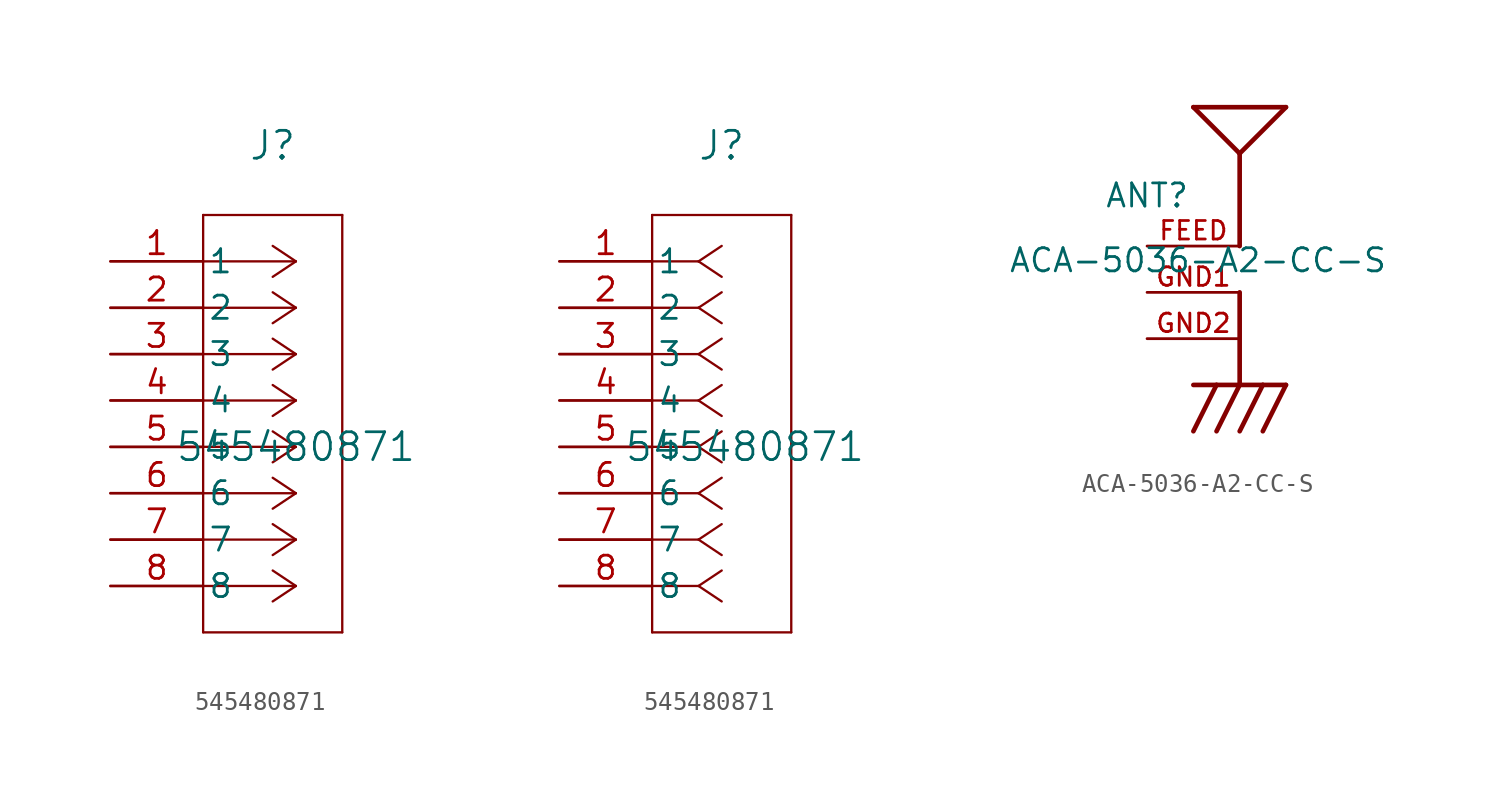
<source format=kicad_sym>
(kicad_symbol_lib
  (version 20231120)
  (generator "kicad_symbol_editor")
  (generator_version "8.0")
  (symbol "545480871"
    (pin_names
      (offset 0.254))
    (property "Reference" "J"
      (at -1.27 16.51 0)
      (effects (font (size 1.524 1.524))))
    (property "Value" "545480871"
      (at 0 0 0)
      (effects (font (size 1.524 1.524))))
    (symbol "545480871_1_1"
      (polyline (pts (xy -5.08 -10.16) (xy 2.54 -10.16)) (stroke (width 0.127) (type default)) (fill (type none)))
      (polyline (pts (xy -5.08 12.7) (xy -5.08 -10.16)) (stroke (width 0.127) (type default)) (fill (type none)))
      (polyline (pts (xy 0 -7.62) (xy -5.08 -7.62)) (stroke (width 0.127) (type default)) (fill (type none)))
      (polyline (pts (xy 0 -7.62) (xy -1.27 -8.467)) (stroke (width 0.127) (type default)) (fill (type none)))
      (polyline (pts (xy 0 -7.62) (xy -1.27 -6.773)) (stroke (width 0.127) (type default)) (fill (type none)))
      (polyline (pts (xy 0 -5.08) (xy -5.08 -5.08)) (stroke (width 0.127) (type default)) (fill (type none)))
      (polyline (pts (xy 0 -5.08) (xy -1.27 -5.927)) (stroke (width 0.127) (type default)) (fill (type none)))
      (polyline (pts (xy 0 -5.08) (xy -1.27 -4.233)) (stroke (width 0.127) (type default)) (fill (type none)))
      (polyline (pts (xy 0 -2.54) (xy -5.08 -2.54)) (stroke (width 0.127) (type default)) (fill (type none)))
      (polyline (pts (xy 0 -2.54) (xy -1.27 -3.387)) (stroke (width 0.127) (type default)) (fill (type none)))
      (polyline (pts (xy 0 -2.54) (xy -1.27 -1.693)) (stroke (width 0.127) (type default)) (fill (type none)))
      (polyline (pts (xy 0 0) (xy -5.08 0)) (stroke (width 0.127) (type default)) (fill (type none)))
      (polyline (pts (xy 0 0) (xy -1.27 -0.847)) (stroke (width 0.127) (type default)) (fill (type none)))
      (polyline (pts (xy 0 0) (xy -1.27 0.847)) (stroke (width 0.127) (type default)) (fill (type none)))
      (polyline (pts (xy 0 2.54) (xy -5.08 2.54)) (stroke (width 0.127) (type default)) (fill (type none)))
      (polyline (pts (xy 0 2.54) (xy -1.27 1.693)) (stroke (width 0.127) (type default)) (fill (type none)))
      (polyline (pts (xy 0 2.54) (xy -1.27 3.387)) (stroke (width 0.127) (type default)) (fill (type none)))
      (polyline (pts (xy 0 5.08) (xy -5.08 5.08)) (stroke (width 0.127) (type default)) (fill (type none)))
      (polyline (pts (xy 0 5.08) (xy -1.27 4.233)) (stroke (width 0.127) (type default)) (fill (type none)))
      (polyline (pts (xy 0 5.08) (xy -1.27 5.927)) (stroke (width 0.127) (type default)) (fill (type none)))
      (polyline (pts (xy 0 7.62) (xy -5.08 7.62)) (stroke (width 0.127) (type default)) (fill (type none)))
      (polyline (pts (xy 0 7.62) (xy -1.27 6.773)) (stroke (width 0.127) (type default)) (fill (type none)))
      (polyline (pts (xy 0 7.62) (xy -1.27 8.467)) (stroke (width 0.127) (type default)) (fill (type none)))
      (polyline (pts (xy 0 10.16) (xy -5.08 10.16)) (stroke (width 0.127) (type default)) (fill (type none)))
      (polyline (pts (xy 0 10.16) (xy -1.27 9.313)) (stroke (width 0.127) (type default)) (fill (type none)))
      (polyline (pts (xy 0 10.16) (xy -1.27 11.007)) (stroke (width 0.127) (type default)) (fill (type none)))
      (polyline (pts (xy 2.54 -10.16) (xy 2.54 12.7)) (stroke (width 0.127) (type default)) (fill (type none)))
      (polyline (pts (xy 2.54 12.7) (xy -5.08 12.7)) (stroke (width 0.127) (type default)) (fill (type none)))
      (pin unspecified line (at -10.16 10.16 0) (length 5.08) (name "1" (effects (font (size 1.27 1.27)))) (number "1" (effects (font (size 1.27 1.27)))))
      (pin unspecified line (at -10.16 7.62 0) (length 5.08) (name "2" (effects (font (size 1.27 1.27)))) (number "2" (effects (font (size 1.27 1.27)))))
      (pin unspecified line (at -10.16 5.08 0) (length 5.08) (name "3" (effects (font (size 1.27 1.27)))) (number "3" (effects (font (size 1.27 1.27)))))
      (pin unspecified line (at -10.16 2.54 0) (length 5.08) (name "4" (effects (font (size 1.27 1.27)))) (number "4" (effects (font (size 1.27 1.27)))))
      (pin unspecified line (at -10.16 0 0) (length 5.08) (name "5" (effects (font (size 1.27 1.27)))) (number "5" (effects (font (size 1.27 1.27)))))
      (pin unspecified line (at -10.16 -2.54 0) (length 5.08) (name "6" (effects (font (size 1.27 1.27)))) (number "6" (effects (font (size 1.27 1.27)))))
      (pin unspecified line (at -10.16 -5.08 0) (length 5.08) (name "7" (effects (font (size 1.27 1.27)))) (number "7" (effects (font (size 1.27 1.27)))))
      (pin unspecified line (at -10.16 -7.62 0) (length 5.08) (name "8" (effects (font (size 1.27 1.27)))) (number "8" (effects (font (size 1.27 1.27))))))
    (symbol "545480871_1_2"
      (polyline (pts (xy -5.08 -10.16) (xy 2.54 -10.16)) (stroke (width 0.127) (type default)) (fill (type none)))
      (polyline (pts (xy -5.08 12.7) (xy -5.08 -10.16)) (stroke (width 0.127) (type default)) (fill (type none)))
      (polyline (pts (xy -2.54 -7.62) (xy -5.08 -7.62)) (stroke (width 0.127) (type default)) (fill (type none)))
      (polyline (pts (xy -2.54 -7.62) (xy -1.27 -8.467)) (stroke (width 0.127) (type default)) (fill (type none)))
      (polyline (pts (xy -2.54 -7.62) (xy -1.27 -6.773)) (stroke (width 0.127) (type default)) (fill (type none)))
      (polyline (pts (xy -2.54 -5.08) (xy -5.08 -5.08)) (stroke (width 0.127) (type default)) (fill (type none)))
      (polyline (pts (xy -2.54 -5.08) (xy -1.27 -5.927)) (stroke (width 0.127) (type default)) (fill (type none)))
      (polyline (pts (xy -2.54 -5.08) (xy -1.27 -4.233)) (stroke (width 0.127) (type default)) (fill (type none)))
      (polyline (pts (xy -2.54 -2.54) (xy -5.08 -2.54)) (stroke (width 0.127) (type default)) (fill (type none)))
      (polyline (pts (xy -2.54 -2.54) (xy -1.27 -3.387)) (stroke (width 0.127) (type default)) (fill (type none)))
      (polyline (pts (xy -2.54 -2.54) (xy -1.27 -1.693)) (stroke (width 0.127) (type default)) (fill (type none)))
      (polyline (pts (xy -2.54 0) (xy -5.08 0)) (stroke (width 0.127) (type default)) (fill (type none)))
      (polyline (pts (xy -2.54 0) (xy -1.27 -0.847)) (stroke (width 0.127) (type default)) (fill (type none)))
      (polyline (pts (xy -2.54 0) (xy -1.27 0.847)) (stroke (width 0.127) (type default)) (fill (type none)))
      (polyline (pts (xy -2.54 2.54) (xy -5.08 2.54)) (stroke (width 0.127) (type default)) (fill (type none)))
      (polyline (pts (xy -2.54 2.54) (xy -1.27 1.693)) (stroke (width 0.127) (type default)) (fill (type none)))
      (polyline (pts (xy -2.54 2.54) (xy -1.27 3.387)) (stroke (width 0.127) (type default)) (fill (type none)))
      (polyline (pts (xy -2.54 5.08) (xy -5.08 5.08)) (stroke (width 0.127) (type default)) (fill (type none)))
      (polyline (pts (xy -2.54 5.08) (xy -1.27 4.233)) (stroke (width 0.127) (type default)) (fill (type none)))
      (polyline (pts (xy -2.54 5.08) (xy -1.27 5.927)) (stroke (width 0.127) (type default)) (fill (type none)))
      (polyline (pts (xy -2.54 7.62) (xy -5.08 7.62)) (stroke (width 0.127) (type default)) (fill (type none)))
      (polyline (pts (xy -2.54 7.62) (xy -1.27 6.773)) (stroke (width 0.127) (type default)) (fill (type none)))
      (polyline (pts (xy -2.54 7.62) (xy -1.27 8.467)) (stroke (width 0.127) (type default)) (fill (type none)))
      (polyline (pts (xy -2.54 10.16) (xy -5.08 10.16)) (stroke (width 0.127) (type default)) (fill (type none)))
      (polyline (pts (xy -2.54 10.16) (xy -1.27 9.313)) (stroke (width 0.127) (type default)) (fill (type none)))
      (polyline (pts (xy -2.54 10.16) (xy -1.27 11.007)) (stroke (width 0.127) (type default)) (fill (type none)))
      (polyline (pts (xy 2.54 -10.16) (xy 2.54 12.7)) (stroke (width 0.127) (type default)) (fill (type none)))
      (polyline (pts (xy 2.54 12.7) (xy -5.08 12.7)) (stroke (width 0.127) (type default)) (fill (type none)))
      (pin unspecified line (at -10.16 10.16 0) (length 5.08) (name "1" (effects (font (size 1.27 1.27)))) (number "1" (effects (font (size 1.27 1.27)))))
      (pin unspecified line (at -10.16 7.62 0) (length 5.08) (name "2" (effects (font (size 1.27 1.27)))) (number "2" (effects (font (size 1.27 1.27)))))
      (pin unspecified line (at -10.16 5.08 0) (length 5.08) (name "3" (effects (font (size 1.27 1.27)))) (number "3" (effects (font (size 1.27 1.27)))))
      (pin unspecified line (at -10.16 2.54 0) (length 5.08) (name "4" (effects (font (size 1.27 1.27)))) (number "4" (effects (font (size 1.27 1.27)))))
      (pin unspecified line (at -10.16 0 0) (length 5.08) (name "5" (effects (font (size 1.27 1.27)))) (number "5" (effects (font (size 1.27 1.27)))))
      (pin unspecified line (at -10.16 -2.54 0) (length 5.08) (name "6" (effects (font (size 1.27 1.27)))) (number "6" (effects (font (size 1.27 1.27)))))
      (pin unspecified line (at -10.16 -5.08 0) (length 5.08) (name "7" (effects (font (size 1.27 1.27)))) (number "7" (effects (font (size 1.27 1.27)))))
      (pin unspecified line (at -10.16 -7.62 0) (length 5.08) (name "8" (effects (font (size 1.27 1.27)))) (number "8" (effects (font (size 1.27 1.27)))))))
  (symbol "ACA-5036-A2-CC-S"
    (pin_names
      (offset 1.016))
    (property "Reference" "ANT"
      (at -2.54 4.572 0)
      (effects (font (size 1.27 1.27)) (justify bottom)))
    (property "Value" "ACA-5036-A2-CC-S"
      (at 0.254 1.016 0)
      (effects (font (size 1.27 1.27)) (justify bottom)))
    (symbol "ACA-5036-A2-CC-S_0_0"
      (polyline (pts (xy 0 -7.62) (xy 1.27 -5.08)) (stroke (width 0.254) (type default)) (fill (type none)))
      (polyline (pts (xy 0 -5.08) (xy 1.27 -5.08)) (stroke (width 0.254) (type default)) (fill (type none)))
      (polyline (pts (xy 0 10.16) (xy 2.54 7.62)) (stroke (width 0.254) (type default)) (fill (type none)))
      (polyline (pts (xy 0 10.16) (xy 5.08 10.16)) (stroke (width 0.254) (type default)) (fill (type none)))
      (polyline (pts (xy 1.27 -7.62) (xy 2.54 -5.08)) (stroke (width 0.254) (type default)) (fill (type none)))
      (polyline (pts (xy 1.27 -5.08) (xy 2.54 -5.08)) (stroke (width 0.254) (type default)) (fill (type none)))
      (polyline (pts (xy 2.54 -7.62) (xy 3.81 -5.08)) (stroke (width 0.254) (type default)) (fill (type none)))
      (polyline (pts (xy 2.54 -5.08) (xy 3.81 -5.08)) (stroke (width 0.254) (type default)) (fill (type none)))
      (polyline (pts (xy 2.54 0) (xy 2.54 -5.08)) (stroke (width 0.254) (type default)) (fill (type none)))
      (polyline (pts (xy 2.54 7.62) (xy 2.54 2.54)) (stroke (width 0.254) (type default)) (fill (type none)))
      (polyline (pts (xy 3.81 -7.62) (xy 5.08 -5.08)) (stroke (width 0.254) (type default)) (fill (type none)))
      (polyline (pts (xy 3.81 -5.08) (xy 5.08 -5.08)) (stroke (width 0.254) (type default)) (fill (type none)))
      (polyline (pts (xy 5.08 10.16) (xy 2.54 7.62)) (stroke (width 0.254) (type default)) (fill (type none)))
      (pin bidirectional line (at -2.54 2.54 0) (length 5.08) (name "~" (effects (font (size 1.016 1.016)))) (number "FEED" (effects (font (size 1.016 1.016)))))
      (pin bidirectional line (at -2.54 0 0) (length 5.08) (name "~" (effects (font (size 1.016 1.016)))) (number "GND1" (effects (font (size 1.016 1.016)))))
      (pin bidirectional line (at -2.54 -2.54 0) (length 5.08) (name "~" (effects (font (size 1.016 1.016)))) (number "GND2" (effects (font (size 1.016 1.016))))))))
</source>
